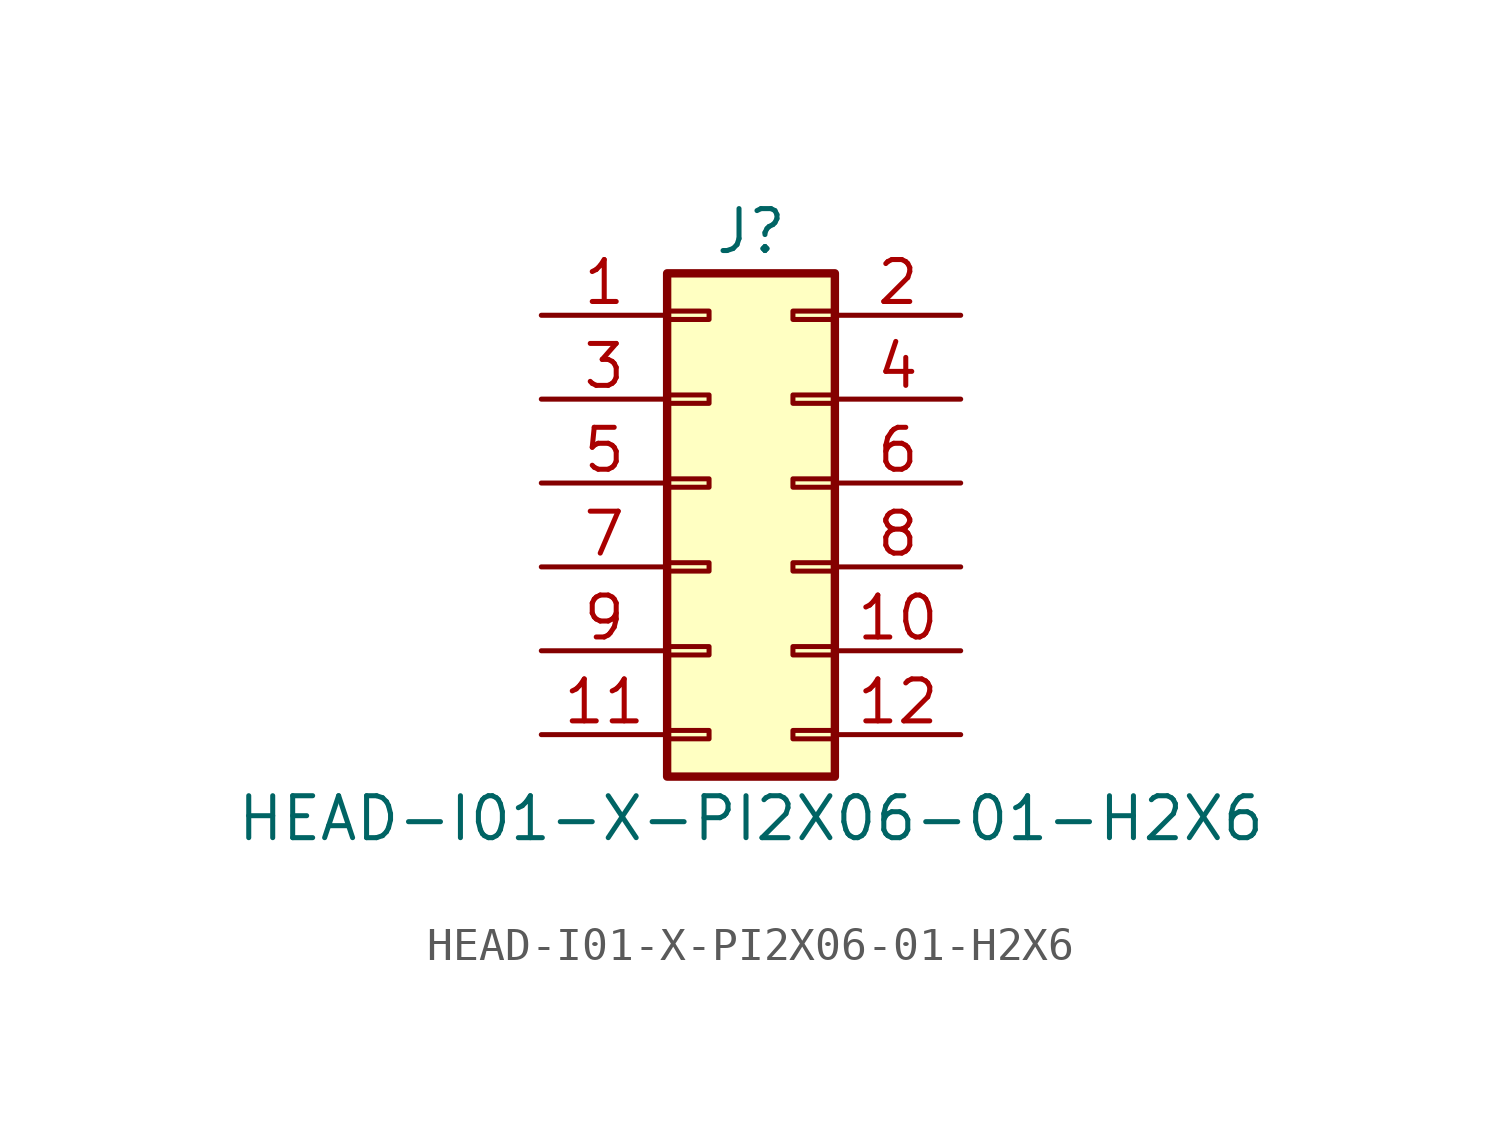
<source format=kicad_sym>
(kicad_symbol_lib
  (version 20211014)
  (generator kicad_symbol_editor)
  (symbol "HEAD-I01-X-PI2X06-01-H2X6"
    (pin_names
      (offset 1.016) hide)
    (property "Reference" "J"
      (at 1.27 7.62 0)
      (effects (font (size 1.27 1.27))))
    (property "Value" "HEAD-I01-X-PI2X06-01-H2X6"
      (at 1.27 -10.16 0)
      (effects (font (size 1.27 1.27))))
    (symbol "HEAD-I01-X-PI2X06-01-H2X6_1_1"
      (rectangle (start -1.27 -7.493) (end 0 -7.747) (stroke (width 0.152) (type default) (color 0 0 0 0)) (fill (type none)))
      (rectangle (start -1.27 -4.953) (end 0 -5.207) (stroke (width 0.152) (type default) (color 0 0 0 0)) (fill (type none)))
      (rectangle (start -1.27 -2.413) (end 0 -2.667) (stroke (width 0.152) (type default) (color 0 0 0 0)) (fill (type none)))
      (rectangle (start -1.27 0.127) (end 0 -0.127) (stroke (width 0.152) (type default) (color 0 0 0 0)) (fill (type none)))
      (rectangle (start -1.27 2.667) (end 0 2.413) (stroke (width 0.152) (type default) (color 0 0 0 0)) (fill (type none)))
      (rectangle (start -1.27 5.207) (end 0 4.953) (stroke (width 0.152) (type default) (color 0 0 0 0)) (fill (type none)))
      (rectangle (start -1.27 6.35) (end 3.81 -8.89) (stroke (width 0.254) (type default) (color 0 0 0 0)) (fill (type background)))
      (rectangle (start 3.81 -7.493) (end 2.54 -7.747) (stroke (width 0.152) (type default) (color 0 0 0 0)) (fill (type none)))
      (rectangle (start 3.81 -4.953) (end 2.54 -5.207) (stroke (width 0.152) (type default) (color 0 0 0 0)) (fill (type none)))
      (rectangle (start 3.81 -2.413) (end 2.54 -2.667) (stroke (width 0.152) (type default) (color 0 0 0 0)) (fill (type none)))
      (rectangle (start 3.81 0.127) (end 2.54 -0.127) (stroke (width 0.152) (type default) (color 0 0 0 0)) (fill (type none)))
      (rectangle (start 3.81 2.667) (end 2.54 2.413) (stroke (width 0.152) (type default) (color 0 0 0 0)) (fill (type none)))
      (rectangle (start 3.81 5.207) (end 2.54 4.953) (stroke (width 0.152) (type default) (color 0 0 0 0)) (fill (type none)))
      (pin passive line (at -5.08 5.08 0) (length 3.81) (name "Pin_1" (effects (font (size 1.27 1.27)))) (number "1" (effects (font (size 1.27 1.27)))))
      (pin passive line (at 7.62 -5.08 180) (length 3.81) (name "Pin_10" (effects (font (size 1.27 1.27)))) (number "10" (effects (font (size 1.27 1.27)))))
      (pin passive line (at -5.08 -7.62 0) (length 3.81) (name "Pin_11" (effects (font (size 1.27 1.27)))) (number "11" (effects (font (size 1.27 1.27)))))
      (pin passive line (at 7.62 -7.62 180) (length 3.81) (name "Pin_12" (effects (font (size 1.27 1.27)))) (number "12" (effects (font (size 1.27 1.27)))))
      (pin passive line (at 7.62 5.08 180) (length 3.81) (name "Pin_2" (effects (font (size 1.27 1.27)))) (number "2" (effects (font (size 1.27 1.27)))))
      (pin passive line (at -5.08 2.54 0) (length 3.81) (name "Pin_3" (effects (font (size 1.27 1.27)))) (number "3" (effects (font (size 1.27 1.27)))))
      (pin passive line (at 7.62 2.54 180) (length 3.81) (name "Pin_4" (effects (font (size 1.27 1.27)))) (number "4" (effects (font (size 1.27 1.27)))))
      (pin passive line (at -5.08 0 0) (length 3.81) (name "Pin_5" (effects (font (size 1.27 1.27)))) (number "5" (effects (font (size 1.27 1.27)))))
      (pin passive line (at 7.62 0 180) (length 3.81) (name "Pin_6" (effects (font (size 1.27 1.27)))) (number "6" (effects (font (size 1.27 1.27)))))
      (pin passive line (at -5.08 -2.54 0) (length 3.81) (name "Pin_7" (effects (font (size 1.27 1.27)))) (number "7" (effects (font (size 1.27 1.27)))))
      (pin passive line (at 7.62 -2.54 180) (length 3.81) (name "Pin_8" (effects (font (size 1.27 1.27)))) (number "8" (effects (font (size 1.27 1.27)))))
      (pin passive line (at -5.08 -5.08 0) (length 3.81) (name "Pin_9" (effects (font (size 1.27 1.27)))) (number "9" (effects (font (size 1.27 1.27))))))))
</source>
